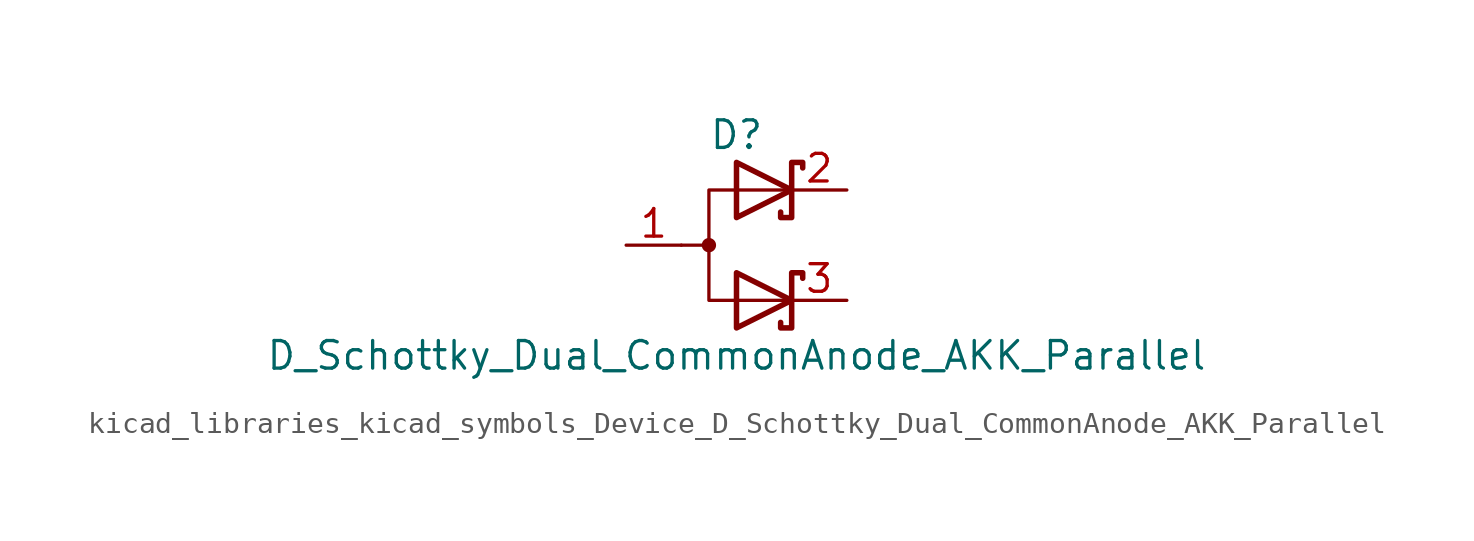
<source format=kicad_sym>
(kicad_symbol_lib
  (version 20220914)
  (generator kicad_symbol_editor)
  (symbol "kicad_libraries_kicad_symbols_Device_D_Schottky_Dual_CommonAnode_AKK_Parallel"
    (pin_names
      (offset 0.762) hide)
    (property "Reference" "D"
      (at 0 5.08 0)
      (effects (font (size 1.27 1.27))))
    (property "Value" "D_Schottky_Dual_CommonAnode_AKK_Parallel"
      (at 0 -5.08 0)
      (effects (font (size 1.27 1.27))))
    (symbol "kicad_libraries_kicad_symbols_Device_D_Schottky_Dual_CommonAnode_AKK_Parallel_0_1"
      (circle (center -1.27 0) (radius 0.254) (stroke (width 0) (type default)) (fill (type outline)))
      (polyline (pts (xy -1.27 0) (xy -2.54 0)) (stroke (width 0) (type default)) (fill (type none)))
      (polyline (pts (xy 2.54 2.54) (xy -1.27 2.54) (xy -1.27 -2.54) (xy 2.54 -2.54)) (stroke (width 0) (type default)) (fill (type none)))
      (polyline (pts (xy 0 -1.27) (xy 2.54 -2.54) (xy 0 -3.81) (xy 0 -1.27) (xy 0 -1.27) (xy 0 -1.27)) (stroke (width 0.254) (type default)) (fill (type none)))
      (polyline (pts (xy 0 3.81) (xy 2.54 2.54) (xy 0 1.27) (xy 0 3.81) (xy 0 3.81) (xy 0 3.81)) (stroke (width 0.254) (type default)) (fill (type none)))
      (polyline (pts (xy 3.048 -1.524) (xy 3.048 -1.27) (xy 2.54 -1.27) (xy 2.54 -3.81) (xy 2.032 -3.81) (xy 2.032 -3.556)) (stroke (width 0.254) (type default)) (fill (type none)))
      (polyline (pts (xy 3.048 3.556) (xy 3.048 3.81) (xy 2.54 3.81) (xy 2.54 1.27) (xy 2.032 1.27) (xy 2.032 1.524)) (stroke (width 0.254) (type default)) (fill (type none)))
      (pin passive line (at -5.08 0 0) (length 2.54) (name "A" (effects (font (size 1.27 1.27)))) (number "1" (effects (font (size 1.27 1.27)))))
      (pin passive line (at 5.08 2.54 180) (length 2.54) (name "K" (effects (font (size 1.27 1.27)))) (number "2" (effects (font (size 1.27 1.27)))))
      (pin passive line (at 5.08 -2.54 180) (length 2.54) (name "K" (effects (font (size 1.27 1.27)))) (number "3" (effects (font (size 1.27 1.27))))))))
</source>
